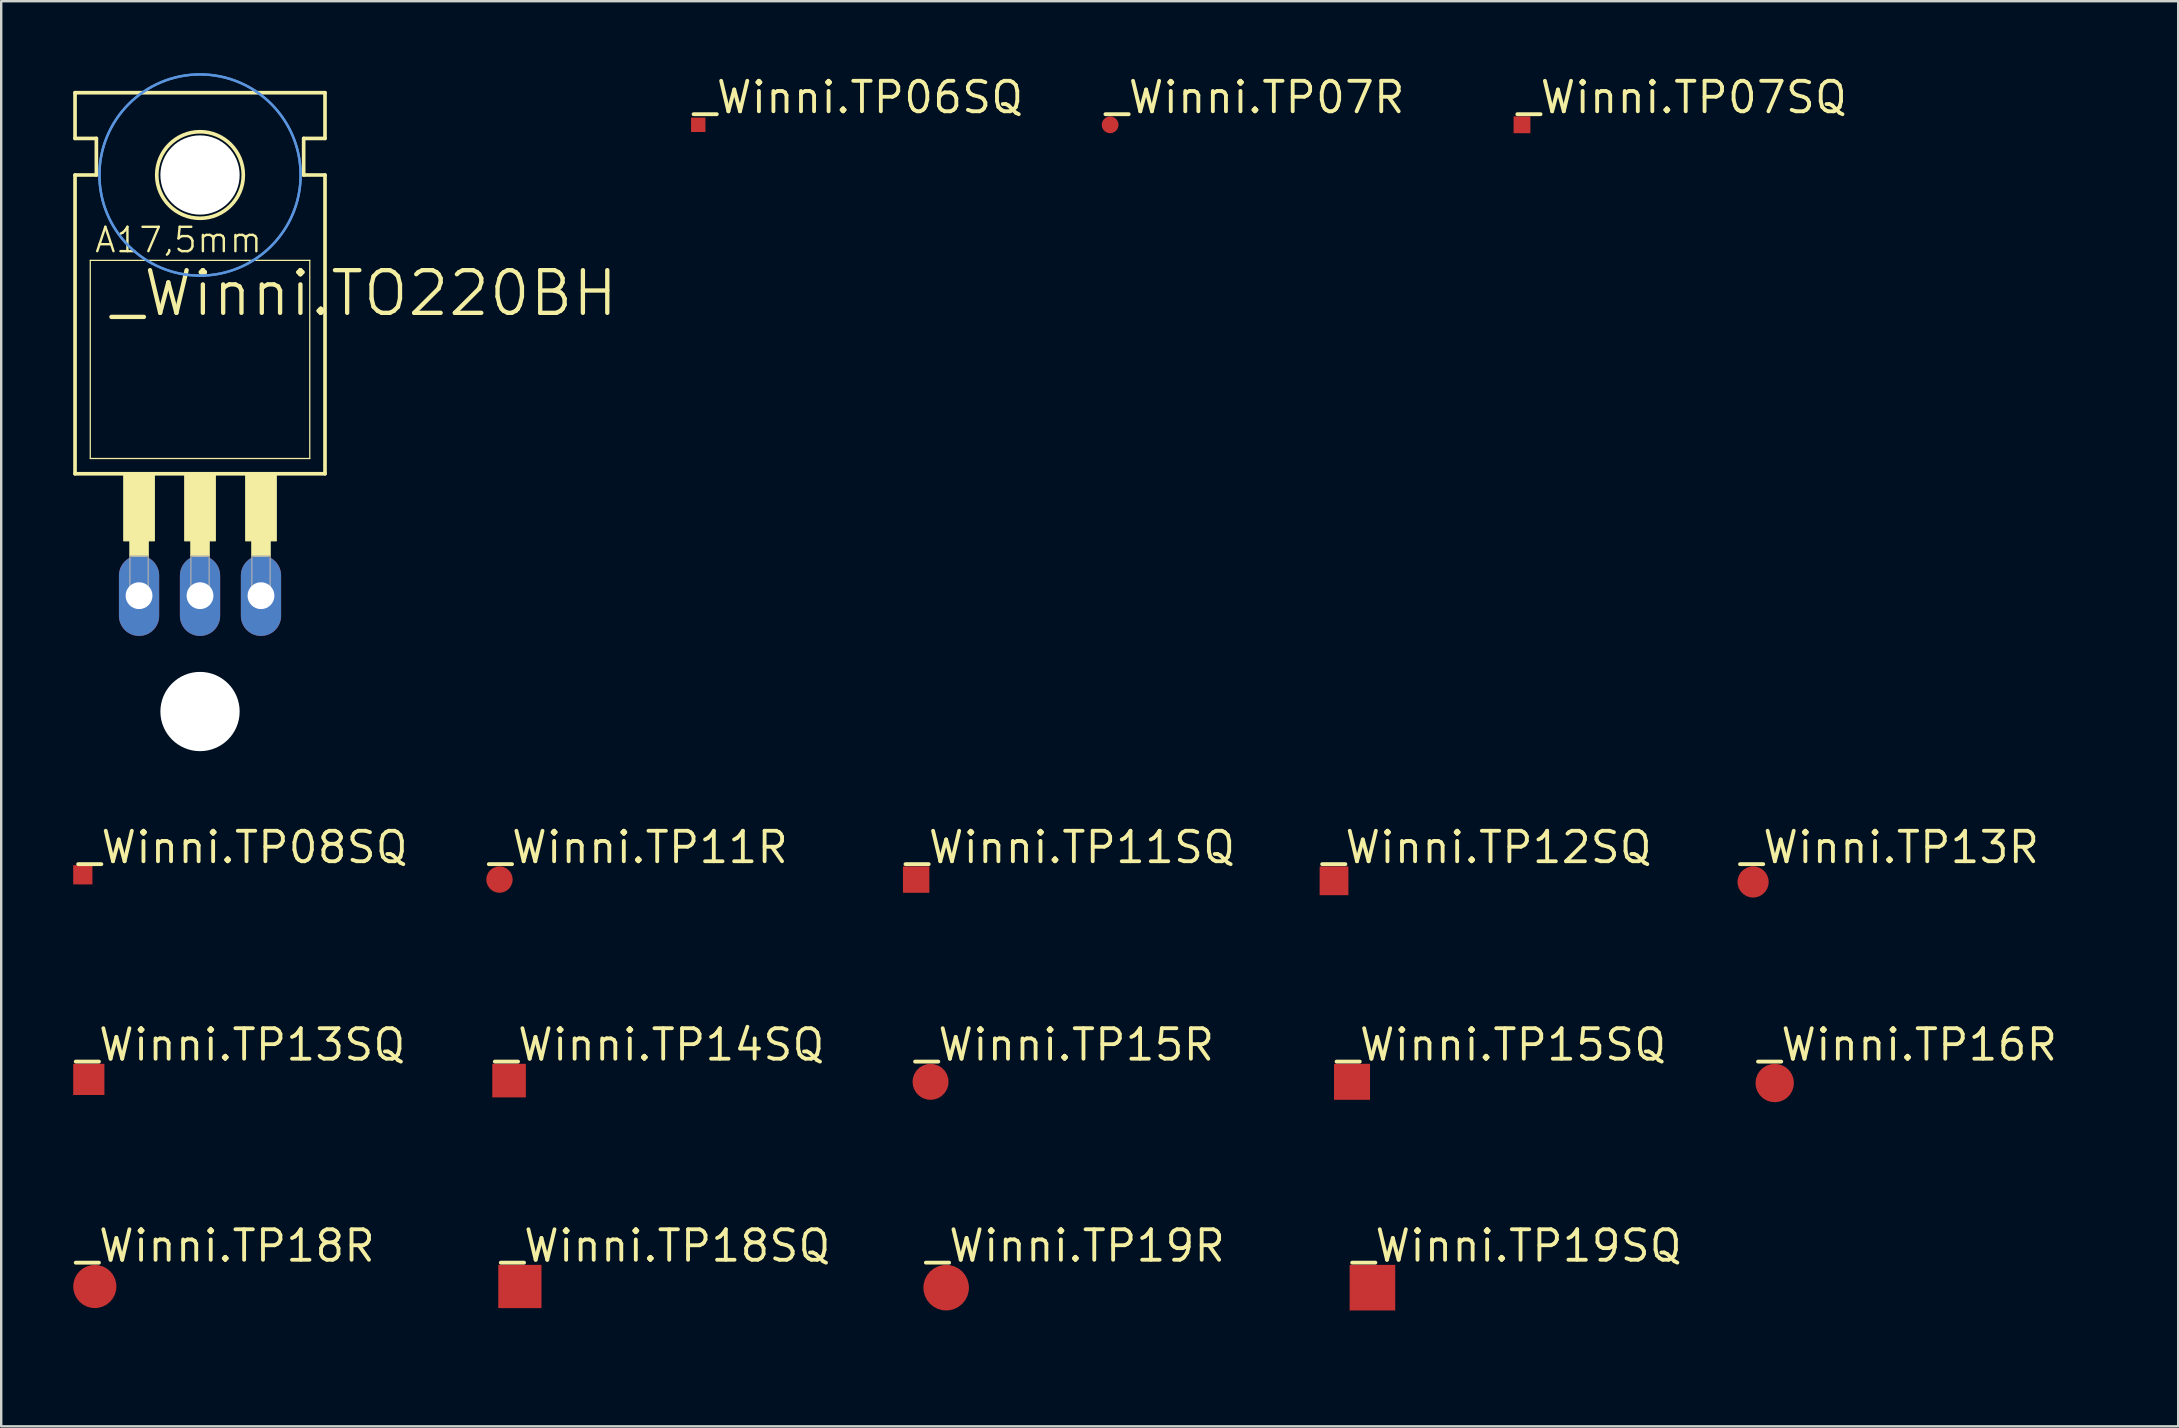
<source format=kicad_pcb>
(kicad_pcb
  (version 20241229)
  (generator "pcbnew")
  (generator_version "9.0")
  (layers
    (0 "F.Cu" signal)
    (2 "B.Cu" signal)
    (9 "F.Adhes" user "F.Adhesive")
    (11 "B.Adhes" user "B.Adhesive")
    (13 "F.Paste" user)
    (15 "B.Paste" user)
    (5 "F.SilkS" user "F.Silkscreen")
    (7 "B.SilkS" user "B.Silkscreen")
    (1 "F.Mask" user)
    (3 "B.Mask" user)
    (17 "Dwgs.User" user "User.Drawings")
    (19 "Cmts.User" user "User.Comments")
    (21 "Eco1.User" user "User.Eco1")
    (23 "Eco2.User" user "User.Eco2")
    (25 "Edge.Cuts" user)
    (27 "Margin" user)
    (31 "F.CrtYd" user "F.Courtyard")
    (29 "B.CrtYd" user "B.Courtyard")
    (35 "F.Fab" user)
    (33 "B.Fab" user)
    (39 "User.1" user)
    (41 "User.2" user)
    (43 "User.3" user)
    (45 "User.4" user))
  (footprint "_Winni.TP12SQ"
    (layer "F.Cu")
    (at 52.527 33.644)
    (property "Reference" "_Winni.TP12SQ" (at -0.6 -0.65 0) (layer "F.SilkS") (effects (font (size 1.27 1.27) (thickness 0.16)) (justify left bottom)))
    (attr smd)
    (fp_text user ">TP_SIGNAL_NAME" (at 0 2.54 0) (layer "Eco1.User") (effects (font (size 1 1) (thickness 0.13)) (justify left bottom)))
    (pad "TP" smd roundrect (at 0 0) (size 1.2 1.2) (layers "F.Cu" "F.Mask" "F.Paste") (roundrect_rratio 0.01)))
  (footprint "_Winni.TP14SQ"
    (layer "F.Cu")
    (at 18.159 41.97)
    (property "Reference" "_Winni.TP14SQ" (at -0.7 -0.75 0) (layer "F.SilkS") (effects (font (size 1.27 1.27) (thickness 0.16)) (justify left bottom)))
    (attr smd)
    (fp_text user ">TP_SIGNAL_NAME" (at 0 2.54 0) (layer "Eco1.User") (effects (font (size 1 1) (thickness 0.13)) (justify left bottom)))
    (pad "TP" smd roundrect (at 0 0) (size 1.4 1.4) (layers "F.Cu" "F.Mask" "F.Paste") (roundrect_rratio 0.01)))
  (footprint "_Winni.TP11SQ"
    (layer "F.Cu")
    (at 35.118 33.594)
    (property "Reference" "_Winni.TP11SQ" (at -0.55 -0.6 0) (layer "F.SilkS") (effects (font (size 1.27 1.27) (thickness 0.16)) (justify left bottom)))
    (attr smd)
    (fp_text user ">TP_SIGNAL_NAME" (at 0 2.54 0) (layer "Eco1.User") (effects (font (size 1 1) (thickness 0.13)) (justify left bottom)))
    (pad "TP" smd roundrect (at 0 0) (size 1.1 1.1) (layers "F.Cu" "F.Mask" "F.Paste") (roundrect_rratio 0.01)))
  (footprint "_Winni.TP08SQ"
    (layer "F.Cu")
    (at 0.4 33.394)
    (property "Reference" "_Winni.TP08SQ" (at -0.3 -0.4 0) (layer "F.SilkS") (effects (font (size 1.27 1.27) (thickness 0.16)) (justify left bottom)))
    (attr smd)
    (fp_text user ">TP_SIGNAL_NAME" (at 0 1.905 0) (layer "Eco1.User") (effects (font (size 1 1) (thickness 0.13)) (justify left bottom)))
    (pad "TP" smd roundrect (at 0 0) (size 0.8 0.8) (layers "F.Cu" "F.Mask" "F.Paste") (roundrect_rratio 0.01)))
  (footprint "_Winni.TP13SQ"
    (layer "F.Cu")
    (at 0.65 41.92)
    (property "Reference" "_Winni.TP13SQ" (at -0.65 -0.7 0) (layer "F.SilkS") (effects (font (size 1.27 1.27) (thickness 0.16)) (justify left bottom)))
    (attr smd)
    (fp_text user ">TP_SIGNAL_NAME" (at 0 2.54 0) (layer "Eco1.User") (effects (font (size 1 1) (thickness 0.13)) (justify left bottom)))
    (pad "TP" smd roundrect (at 0 0) (size 1.3 1.3) (layers "F.Cu" "F.Mask" "F.Paste") (roundrect_rratio 0.01)))
  (footprint "_Winni.TP18SQ"
    (layer "F.Cu")
    (at 18.609 50.547)
    (property "Reference" "_Winni.TP18SQ" (at -0.9 -0.95 0) (layer "F.SilkS") (effects (font (size 1.27 1.27) (thickness 0.16)) (justify left bottom)))
    (attr smd)
    (fp_text user ">TP_SIGNAL_NAME" (at 0 2.54 0) (layer "Eco1.User") (effects (font (size 1 1) (thickness 0.13)) (justify left bottom)))
    (pad "TP" smd roundrect (at 0 0) (size 1.8 1.8) (layers "F.Cu" "F.Mask" "F.Paste") (roundrect_rratio 0.01)))
  (footprint "_Winni.TO220BH"
    (layer "F.Cu")
    (at 5.283 15.417)
    (property "Reference" "_Winni.TO220BH" (at -3.81 -5.207 0) (layer "F.SilkS") (effects (font (size 1.778 1.778) (thickness 0.18)) (justify left bottom)))
    (attr through_hole)
    (fp_line (start -5.207 -12.7) (end -5.207 -14.605) (stroke (width 0.152) (type default)) (layer "F.SilkS"))
    (fp_line (start -5.207 -11.176) (end -4.318 -11.176) (stroke (width 0.152) (type default)) (layer "F.SilkS"))
    (fp_line (start -5.207 1.27) (end -5.207 -11.176) (stroke (width 0.152) (type default)) (layer "F.SilkS"))
    (fp_line (start -5.207 1.27) (end 5.207 1.27) (stroke (width 0.152) (type default)) (layer "F.SilkS"))
    (fp_line (start -4.572 0.635) (end -4.572 -7.62) (stroke (width 0.051) (type default)) (layer "F.SilkS"))
    (fp_line (start -4.572 0.635) (end 4.572 0.635) (stroke (width 0.051) (type default)) (layer "F.SilkS"))
    (fp_line (start -4.318 -12.7) (end -5.207 -12.7) (stroke (width 0.152) (type default)) (layer "F.SilkS"))
    (fp_line (start -4.318 -11.176) (end -4.318 -12.7) (stroke (width 0.152) (type default)) (layer "F.SilkS"))
    (fp_line (start 4.318 -12.7) (end 5.207 -12.7) (stroke (width 0.152) (type default)) (layer "F.SilkS"))
    (fp_line (start 4.318 -11.176) (end 4.318 -12.7) (stroke (width 0.152) (type default)) (layer "F.SilkS"))
    (fp_line (start 4.572 -7.62) (end -4.572 -7.62) (stroke (width 0.051) (type default)) (layer "F.SilkS"))
    (fp_line (start 4.572 -7.62) (end 4.572 0.635) (stroke (width 0.051) (type default)) (layer "F.SilkS"))
    (fp_line (start 5.207 -14.605) (end -5.207 -14.605) (stroke (width 0.152) (type default)) (layer "F.SilkS"))
    (fp_line (start 5.207 -12.7) (end 5.207 -14.605) (stroke (width 0.152) (type default)) (layer "F.SilkS"))
    (fp_line (start 5.207 -11.176) (end 4.318 -11.176) (stroke (width 0.152) (type default)) (layer "F.SilkS"))
    (fp_line (start 5.207 1.27) (end 5.207 -11.176) (stroke (width 0.152) (type default)) (layer "F.SilkS"))
    (fp_rect (start -3.175 4.064) (end -1.905 1.27) (stroke (width 0.05) (type default)) (fill yes) (layer "F.SilkS"))
    (fp_rect (start -2.921 4.699) (end -2.159 4.064) (stroke (width 0.05) (type default)) (fill yes) (layer "F.SilkS"))
    (fp_rect (start -0.635 4.064) (end 0.635 1.27) (stroke (width 0.05) (type default)) (fill yes) (layer "F.SilkS"))
    (fp_rect (start -0.381 4.699) (end 0.381 4.064) (stroke (width 0.05) (type default)) (fill yes) (layer "F.SilkS"))
    (fp_rect (start 1.905 4.064) (end 3.175 1.27) (stroke (width 0.05) (type default)) (fill yes) (layer "F.SilkS"))
    (fp_rect (start 2.159 4.699) (end 2.921 4.064) (stroke (width 0.05) (type default)) (fill yes) (layer "F.SilkS"))
    (fp_circle (center 0 -11.176) (end 1.803 -11.176) (stroke (width 0.152) (type default)) (fill no) (layer "F.SilkS"))
    (fp_circle (center 0 -11.176) (end 4.191 -11.176) (stroke (width 0.1) (type default)) (fill no) (layer "Cmts.User"))
    (fp_circle (center 0 -11.176) (end 4.191 -11.176) (stroke (width 0.1) (type default)) (fill no) (layer "Cmts.User"))
    (fp_rect (start -2.921 6.604) (end -2.159 4.699) (stroke (width 0.05) (type default)) (fill no) (layer "F.Fab"))
    (fp_rect (start -0.381 6.604) (end 0.381 4.699) (stroke (width 0.05) (type default)) (fill no) (layer "F.Fab"))
    (fp_rect (start 2.159 6.604) (end 2.921 4.699) (stroke (width 0.05) (type default)) (fill no) (layer "F.Fab"))
    (fp_text user "A17,5mm" (at -4.445 -7.874 0) (layer "F.SilkS") (effects (font (size 1.016 1.016) (thickness 0.1)) (justify left bottom)))
    (pad "" np_thru_hole circle (at 0 -11.176) (size 3.302 3.302) (drill 3.302) (layers "*.Cu" "*.Mask"))
    (pad "" np_thru_hole circle (at 0 11.176) (size 3.302 3.302) (drill 3.302) (layers "*.Cu" "*.Mask"))
    (pad "D" thru_hole oval (at 0 6.35 90) (size 3.353 1.676) (drill 1.118) (layers "*.Cu" "*.Mask"))
    (pad "G" thru_hole oval (at -2.54 6.35 90) (size 3.353 1.676) (drill 1.118) (layers "*.Cu" "*.Mask"))
    (pad "S" thru_hole oval (at 2.54 6.35 90) (size 3.353 1.676) (drill 1.118) (layers "*.Cu" "*.Mask")))
  (footprint "_Winni.TP15R"
    (layer "F.Cu")
    (at 35.718 42.02)
    (property "Reference" "_Winni.TP15R" (at -0.75 -0.8 0) (layer "F.SilkS") (effects (font (size 1.27 1.27) (thickness 0.16)) (justify left bottom)))
    (attr smd)
    (fp_text user ">TP_SIGNAL_NAME" (at 0 2.54 0) (layer "Eco1.User") (effects (font (size 1 1) (thickness 0.13)) (justify left bottom)))
    (pad "TP" smd roundrect (at 0 0) (size 1.5 1.5) (layers "F.Cu" "F.Mask" "F.Paste") (roundrect_rratio 0.5)))
  (footprint "_Winni.TP16R"
    (layer "F.Cu")
    (at 70.886 42.07)
    (property "Reference" "_Winni.TP16R" (at -0.8 -0.85 0) (layer "F.SilkS") (effects (font (size 1.27 1.27) (thickness 0.16)) (justify left bottom)))
    (attr smd)
    (fp_text user ">TP_SIGNAL_NAME" (at 0 2.54 0) (layer "Eco1.User") (effects (font (size 1 1) (thickness 0.13)) (justify left bottom)))
    (pad "TP" smd roundrect (at 0 0) (size 1.6 1.6) (layers "F.Cu" "F.Mask" "F.Paste") (roundrect_rratio 0.5)))
  (footprint "_Winni.TP13R"
    (layer "F.Cu")
    (at 69.986 33.694)
    (property "Reference" "_Winni.TP13R" (at -0.65 -0.7 0) (layer "F.SilkS") (effects (font (size 1.27 1.27) (thickness 0.16)) (justify left bottom)))
    (attr smd)
    (fp_text user ">TP_SIGNAL_NAME" (at 0 2.54 0) (layer "Eco1.User") (effects (font (size 1 1) (thickness 0.13)) (justify left bottom)))
    (pad "TP" smd roundrect (at 0 0) (size 1.3 1.3) (layers "F.Cu" "F.Mask" "F.Paste") (roundrect_rratio 0.5)))
  (footprint "_Winni.TP19R"
    (layer "F.Cu")
    (at 36.368 50.596)
    (property "Reference" "_Winni.TP19R" (at -0.95 -1 0) (layer "F.SilkS") (effects (font (size 1.27 1.27) (thickness 0.16)) (justify left bottom)))
    (attr smd)
    (fp_text user ">TP_SIGNAL_NAME" (at 0 2.54 0) (layer "Eco1.User") (effects (font (size 1 1) (thickness 0.13)) (justify left bottom)))
    (pad "TP" smd roundrect (at 0 0) (size 1.9 1.9) (layers "F.Cu" "F.Mask" "F.Paste") (roundrect_rratio 0.5)))
  (footprint "_Winni.TP15SQ"
    (layer "F.Cu")
    (at 53.277 42.02)
    (property "Reference" "_Winni.TP15SQ" (at -0.75 -0.8 0) (layer "F.SilkS") (effects (font (size 1.27 1.27) (thickness 0.16)) (justify left bottom)))
    (attr smd)
    (fp_text user ">TP_SIGNAL_NAME" (at 0 2.54 0) (layer "Eco1.User") (effects (font (size 1 1) (thickness 0.13)) (justify left bottom)))
    (pad "TP" smd roundrect (at 0 0) (size 1.5 1.5) (layers "F.Cu" "F.Mask" "F.Paste") (roundrect_rratio 0.01)))
  (footprint "_Winni.TP11R"
    (layer "F.Cu")
    (at 17.759 33.594)
    (property "Reference" "_Winni.TP11R" (at -0.55 -0.6 0) (layer "F.SilkS") (effects (font (size 1.27 1.27) (thickness 0.16)) (justify left bottom)))
    (attr smd)
    (fp_text user ">TP_SIGNAL_NAME" (at 0 1.905 0) (layer "Eco1.User") (effects (font (size 1 1) (thickness 0.13)) (justify left bottom)))
    (pad "TP" smd roundrect (at 0 0) (size 1.1 1.1) (layers "F.Cu" "F.Mask" "F.Paste") (roundrect_rratio 0.5)))
  (footprint "_Winni.TP19SQ"
    (layer "F.Cu")
    (at 54.127 50.596)
    (property "Reference" "_Winni.TP19SQ" (at -0.95 -1 0) (layer "F.SilkS") (effects (font (size 1.27 1.27) (thickness 0.16)) (justify left bottom)))
    (attr smd)
    (fp_text user ">TP_SIGNAL_NAME" (at 0 2.54 0) (layer "Eco1.User") (effects (font (size 1 1) (thickness 0.13)) (justify left bottom)))
    (pad "TP" smd roundrect (at 0 0) (size 1.9 1.9) (layers "F.Cu" "F.Mask" "F.Paste") (roundrect_rratio 0.01)))
  (footprint "_Winni.TP07R"
    (layer "F.Cu")
    (at 43.199 2.15)
    (property "Reference" "_Winni.TP07R" (at -0.3 -0.4 0) (layer "F.SilkS") (effects (font (size 1.27 1.27) (thickness 0.16)) (justify left bottom)))
    (attr smd)
    (fp_text user ">TP_SIGNAL_NAME" (at 0 1.905 0) (layer "Eco1.User") (effects (font (size 1 1) (thickness 0.13)) (justify left bottom)))
    (pad "TP" smd roundrect (at 0 0) (size 0.7 0.7) (layers "F.Cu" "F.Mask" "F.Paste") (roundrect_rratio 0.5)))
  (footprint "_Winni.TP18R"
    (layer "F.Cu")
    (at 0.9 50.547)
    (property "Reference" "_Winni.TP18R" (at -0.9 -0.95 0) (layer "F.SilkS") (effects (font (size 1.27 1.27) (thickness 0.16)) (justify left bottom)))
    (attr smd)
    (fp_text user ">TP_SIGNAL_NAME" (at 0 2.54 0) (layer "Eco1.User") (effects (font (size 1 1) (thickness 0.13)) (justify left bottom)))
    (pad "TP" smd roundrect (at 0 0) (size 1.8 1.8) (layers "F.Cu" "F.Mask" "F.Paste") (roundrect_rratio 0.5)))
  (footprint "_Winni.TP06SQ"
    (layer "F.Cu")
    (at 26.04 2.15)
    (property "Reference" "_Winni.TP06SQ" (at -0.3 -0.4 0) (layer "F.SilkS") (effects (font (size 1.27 1.27) (thickness 0.16)) (justify left bottom)))
    (attr smd)
    (fp_text user ">TP_SIGNAL_NAME" (at 0 1.905 0) (layer "Eco1.User") (effects (font (size 1 1) (thickness 0.13)) (justify left bottom)))
    (pad "TP" smd roundrect (at 0 0) (size 0.6 0.6) (layers "F.Cu" "F.Mask" "F.Paste") (roundrect_rratio 0.01)))
  (footprint "_Winni.TP07SQ"
    (layer "F.Cu")
    (at 60.358 2.15)
    (property "Reference" "_Winni.TP07SQ" (at -0.3 -0.4 0) (layer "F.SilkS") (effects (font (size 1.27 1.27) (thickness 0.16)) (justify left bottom)))
    (attr smd)
    (fp_text user ">TP_SIGNAL_NAME" (at 0 1.905 0) (layer "Eco1.User") (effects (font (size 1 1) (thickness 0.13)) (justify left bottom)))
    (pad "TP" smd roundrect (at 0 0) (size 0.7 0.7) (layers "F.Cu" "F.Mask" "F.Paste") (roundrect_rratio 0.01)))
  (gr_rect
    (start -3 -3)
    (end 87.696 56.373)
    (stroke (width 0.1) (type default))
    (fill no)
    (layer "Edge.Cuts")))
</source>
